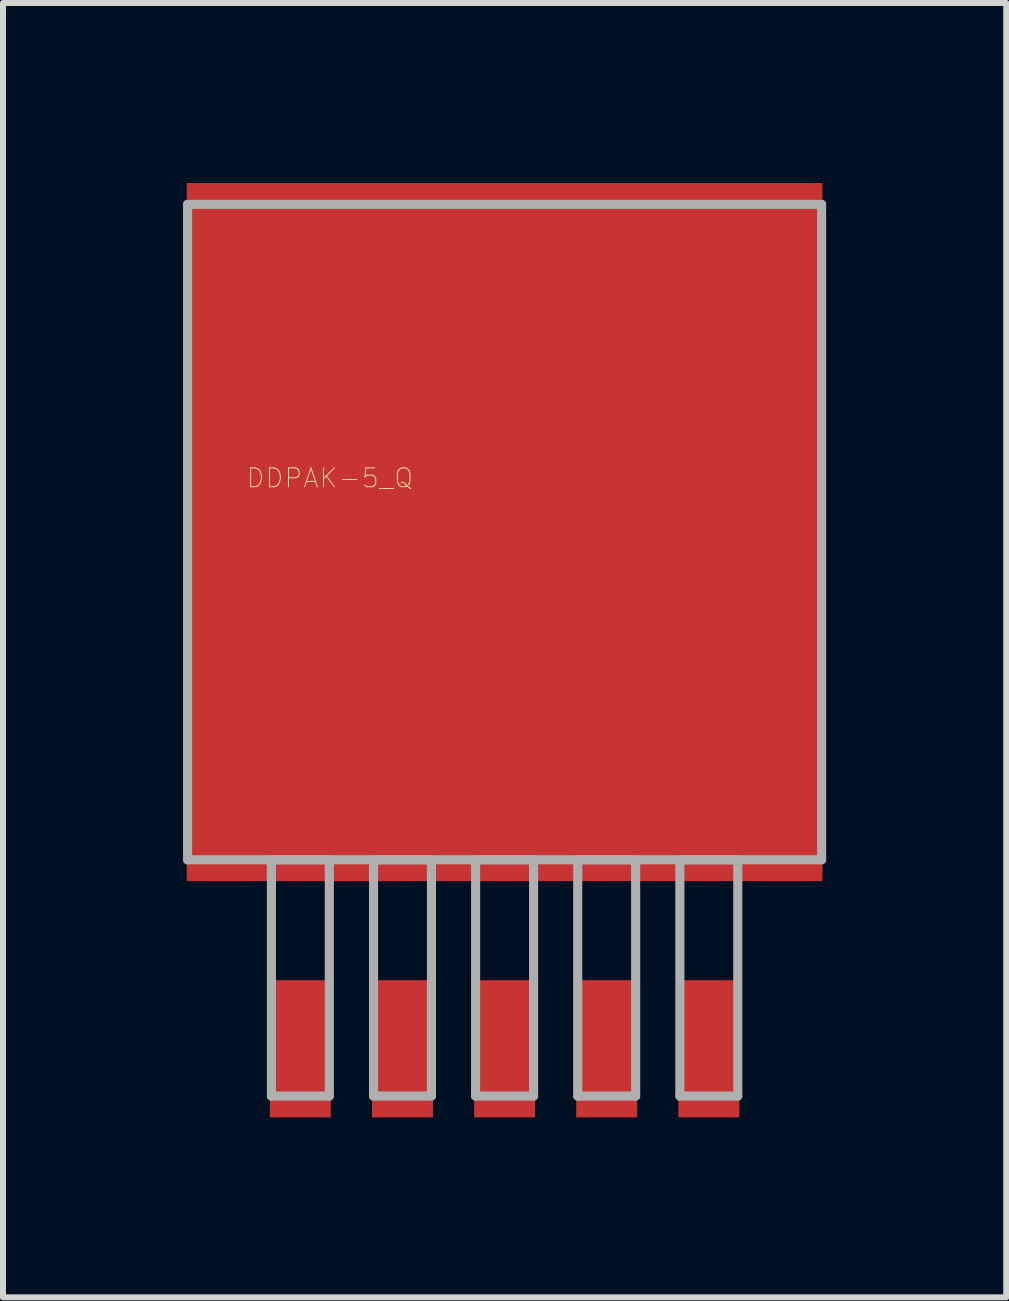
<source format=kicad_pcb>
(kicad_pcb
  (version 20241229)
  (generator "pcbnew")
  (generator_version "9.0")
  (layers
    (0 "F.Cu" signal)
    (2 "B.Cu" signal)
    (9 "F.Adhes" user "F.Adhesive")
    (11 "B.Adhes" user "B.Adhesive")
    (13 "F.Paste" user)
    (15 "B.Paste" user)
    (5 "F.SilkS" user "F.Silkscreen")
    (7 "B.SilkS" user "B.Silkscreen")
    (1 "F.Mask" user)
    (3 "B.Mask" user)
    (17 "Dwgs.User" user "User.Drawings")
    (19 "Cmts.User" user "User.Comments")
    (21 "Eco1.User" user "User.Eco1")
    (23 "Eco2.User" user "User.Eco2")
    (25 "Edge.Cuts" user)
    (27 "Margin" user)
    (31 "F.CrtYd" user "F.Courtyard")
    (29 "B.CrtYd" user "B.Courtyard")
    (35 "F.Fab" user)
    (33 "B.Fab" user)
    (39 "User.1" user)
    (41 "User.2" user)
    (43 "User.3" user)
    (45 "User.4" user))
  (footprint "DDPAK-5_Q"
    (layer "F.Cu")
    (at 5.359 5.817)
    (property "Reference" "DDPAK-5_Q" (at -2.912 -0.9 0) (layer "F.SilkS") (effects (font (size 0.315 0.315) (thickness 0.015))))
    (attr through_hole)
    (fp_line (start -5.283 -5.461) (end -5.283 5.461) (stroke (width 0.152) (type solid)) (layer "F.Fab"))
    (fp_line (start -5.283 5.461) (end 5.283 5.461) (stroke (width 0.152) (type solid)) (layer "F.Fab"))
    (fp_line (start -3.886 5.461) (end -3.886 9.398) (stroke (width 0.152) (type solid)) (layer "F.Fab"))
    (fp_line (start -3.886 9.398) (end -2.921 9.398) (stroke (width 0.152) (type solid)) (layer "F.Fab"))
    (fp_line (start -2.921 5.461) (end -3.886 5.461) (stroke (width 0.152) (type solid)) (layer "F.Fab"))
    (fp_line (start -2.921 9.398) (end -2.921 5.461) (stroke (width 0.152) (type solid)) (layer "F.Fab"))
    (fp_line (start -2.184 5.461) (end -2.184 9.398) (stroke (width 0.152) (type solid)) (layer "F.Fab"))
    (fp_line (start -2.184 9.398) (end -1.219 9.398) (stroke (width 0.152) (type solid)) (layer "F.Fab"))
    (fp_line (start -1.219 5.461) (end -2.184 5.461) (stroke (width 0.152) (type solid)) (layer "F.Fab"))
    (fp_line (start -1.219 9.398) (end -1.219 5.461) (stroke (width 0.152) (type solid)) (layer "F.Fab"))
    (fp_line (start -0.483 5.461) (end -0.483 9.398) (stroke (width 0.152) (type solid)) (layer "F.Fab"))
    (fp_line (start -0.483 9.398) (end 0.483 9.398) (stroke (width 0.152) (type solid)) (layer "F.Fab"))
    (fp_line (start 0.483 5.461) (end -0.483 5.461) (stroke (width 0.152) (type solid)) (layer "F.Fab"))
    (fp_line (start 0.483 9.398) (end 0.483 5.461) (stroke (width 0.152) (type solid)) (layer "F.Fab"))
    (fp_line (start 1.219 5.461) (end 1.219 9.398) (stroke (width 0.152) (type solid)) (layer "F.Fab"))
    (fp_line (start 1.219 9.398) (end 2.184 9.398) (stroke (width 0.152) (type solid)) (layer "F.Fab"))
    (fp_line (start 2.184 5.461) (end 1.219 5.461) (stroke (width 0.152) (type solid)) (layer "F.Fab"))
    (fp_line (start 2.184 9.398) (end 2.184 5.461) (stroke (width 0.152) (type solid)) (layer "F.Fab"))
    (fp_line (start 2.921 5.461) (end 2.921 9.398) (stroke (width 0.152) (type solid)) (layer "F.Fab"))
    (fp_line (start 2.921 9.398) (end 3.886 9.398) (stroke (width 0.152) (type solid)) (layer "F.Fab"))
    (fp_line (start 3.886 5.461) (end 2.921 5.461) (stroke (width 0.152) (type solid)) (layer "F.Fab"))
    (fp_line (start 3.886 9.398) (end 3.886 5.461) (stroke (width 0.152) (type solid)) (layer "F.Fab"))
    (fp_line (start 5.283 -5.461) (end -5.283 -5.461) (stroke (width 0.152) (type solid)) (layer "F.Fab"))
    (fp_line (start 5.283 5.461) (end 5.283 -5.461) (stroke (width 0.152) (type solid)) (layer "F.Fab"))
    (pad "1" smd rect (at -3.404 8.611) (size 1.016 2.286) (layers "F.Cu" "F.Mask" "F.Paste"))
    (pad "2" smd rect (at -1.702 8.611) (size 1.016 2.286) (layers "F.Cu" "F.Mask" "F.Paste"))
    (pad "3" smd rect (at 0 8.611) (size 1.016 2.286) (layers "F.Cu" "F.Mask" "F.Paste"))
    (pad "4" smd rect (at 1.702 8.611) (size 1.016 2.286) (layers "F.Cu" "F.Mask" "F.Paste"))
    (pad "5" smd rect (at 3.404 8.611) (size 1.016 2.286) (layers "F.Cu" "F.Mask" "F.Paste"))
    (pad "6" smd rect (at 0 0) (size 10.592 11.633) (layers "F.Cu" "F.Mask" "F.Paste")))
  (gr_rect
    (start -3 -3)
    (end 13.719 18.57)
    (stroke (width 0.1) (type default))
    (fill no)
    (layer "Edge.Cuts")))
</source>
